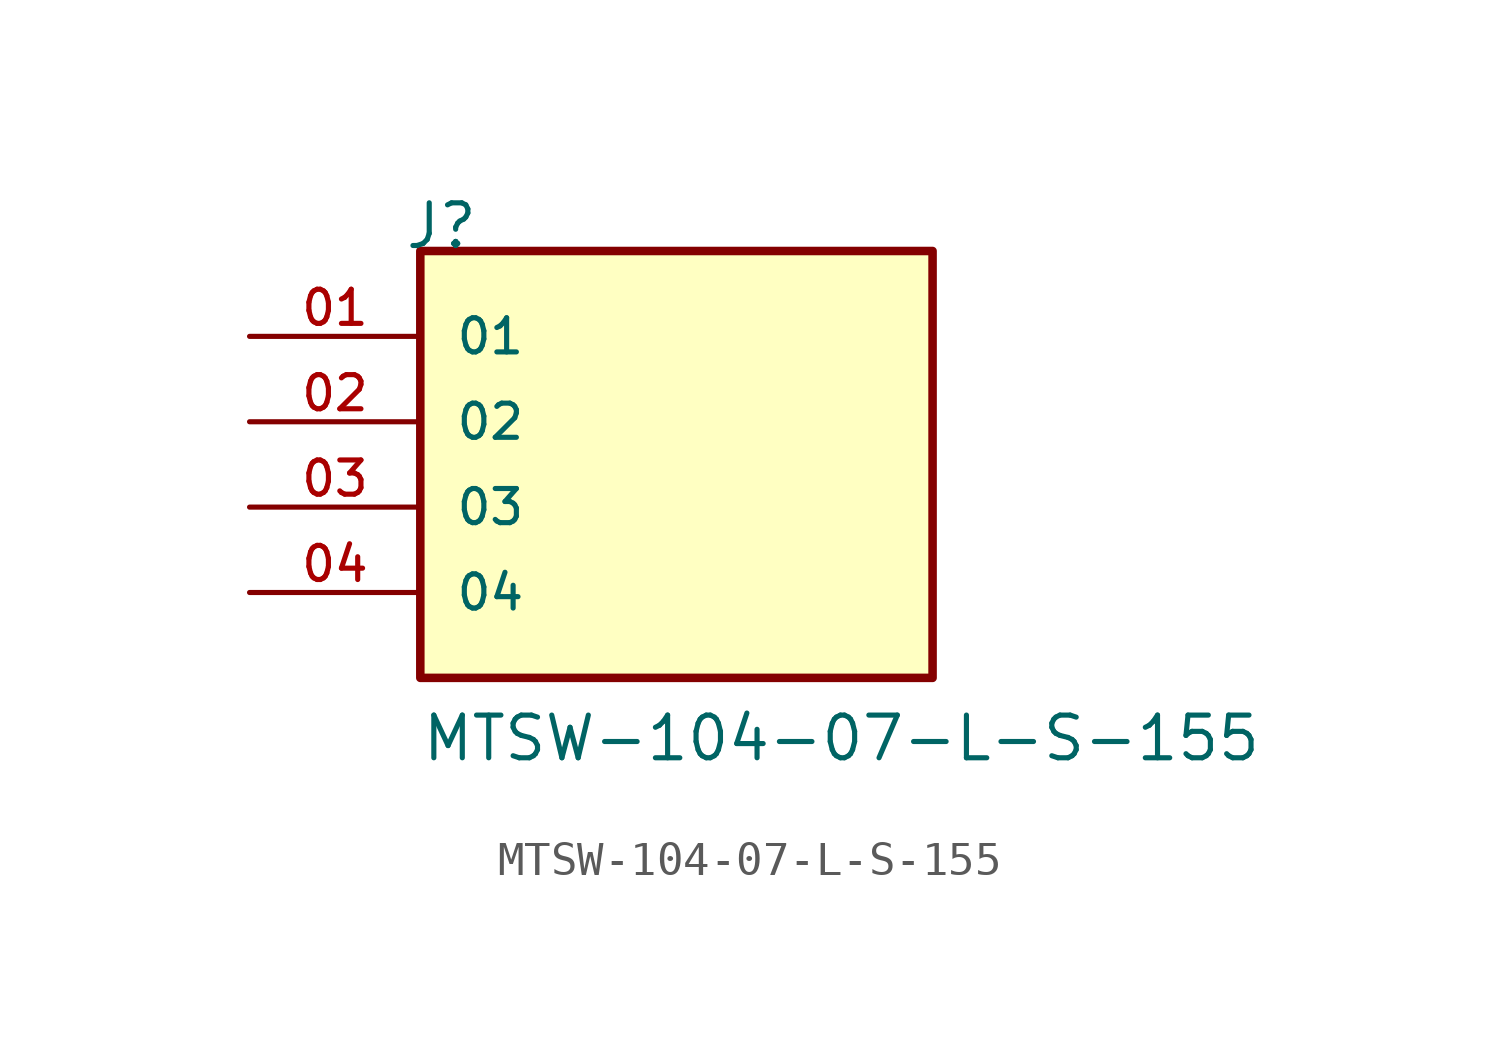
<source format=kicad_sym>
(kicad_symbol_lib
  (version 20211014)
  (generator kicad_symbol_editor)
  (symbol "MTSW-104-07-L-S-155"
    (pin_names
      (offset 1.016))
    (property "Reference" "J"
      (at -8.12 7.62 0)
      (effects (font (size 1.27 1.27)) (justify bottom left)))
    (property "Value" "MTSW-104-07-L-S-155"
      (at -7.62 -7.62 0)
      (effects (font (size 1.27 1.27)) (justify bottom left)))
    (symbol "MTSW-104-07-L-S-155_0_0"
      (rectangle (start -7.62 -5.08) (end 7.62 7.62) (stroke (width 0.254)) (fill (type background)))
      (pin passive line (at -12.7 5.08 0) (length 5.08) (name "01" (effects (font (size 1.016 1.016)))) (number "01" (effects (font (size 1.016 1.016)))))
      (pin passive line (at -12.7 2.54 0) (length 5.08) (name "02" (effects (font (size 1.016 1.016)))) (number "02" (effects (font (size 1.016 1.016)))))
      (pin passive line (at -12.7 0.0 0) (length 5.08) (name "03" (effects (font (size 1.016 1.016)))) (number "03" (effects (font (size 1.016 1.016)))))
      (pin passive line (at -12.7 -2.54 0) (length 5.08) (name "04" (effects (font (size 1.016 1.016)))) (number "04" (effects (font (size 1.016 1.016))))))))
</source>
